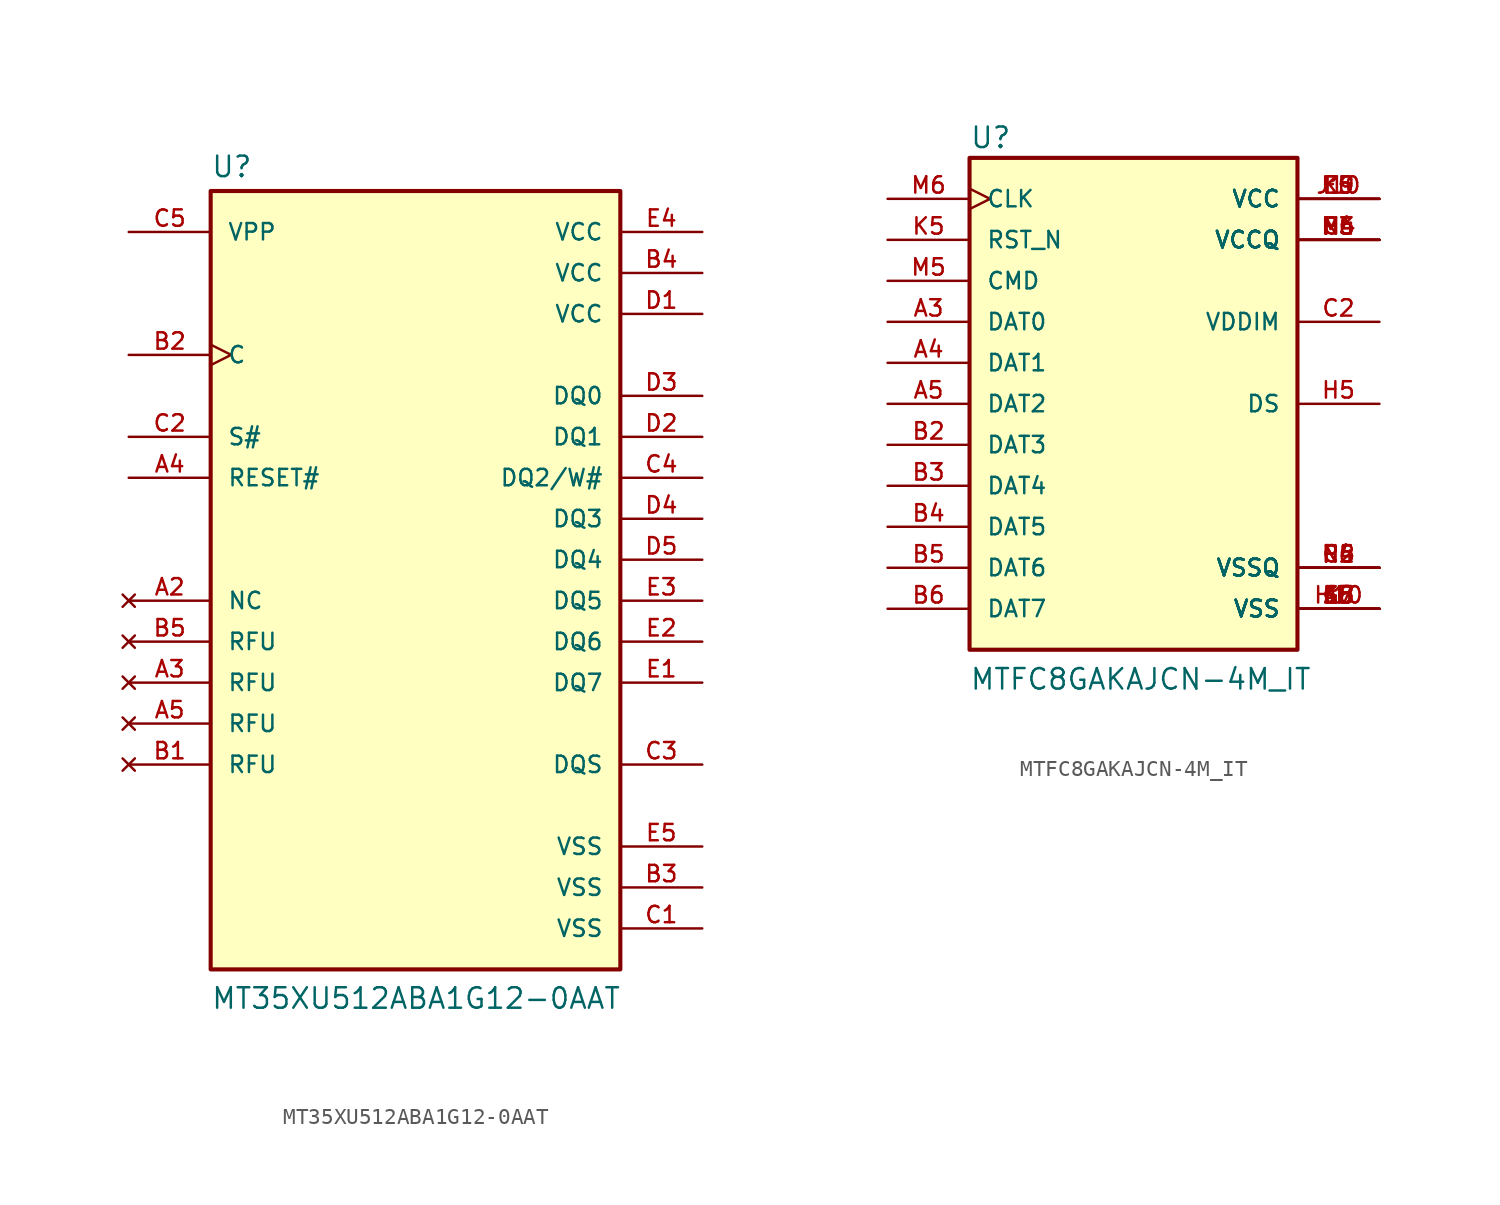
<source format=kicad_sym>
(kicad_symbol_lib
  (version 20220914)
  (generator kicad_symbol_editor)
  (symbol "MT35XU512ABA1G12-0AAT"
    (pin_names
      (offset 1.016))
    (property "Reference" "U"
      (at -12.7 21.082 0)
      (effects (font (size 1.27 1.27)) (justify left bottom)))
    (property "Value" "MT35XU512ABA1G12-0AAT"
      (at -12.7 -30.48 0)
      (effects (font (size 1.27 1.27)) (justify left bottom)))
    (symbol "MT35XU512ABA1G12-0AAT_0_0"
      (rectangle (start -12.7 20.32) (end 12.7 -27.94) (stroke (width 0.254) (type default)) (fill (type background)))
      (pin no_connect line (at -17.78 -5.08 0) (length 5.08) (name "NC" (effects (font (size 1.016 1.016)))) (number "A2" (effects (font (size 1.016 1.016)))))
      (pin no_connect line (at -17.78 -10.16 0) (length 5.08) (name "RFU" (effects (font (size 1.016 1.016)))) (number "A3" (effects (font (size 1.016 1.016)))))
      (pin input line (at -17.78 2.54 0) (length 5.08) (name "RESET#" (effects (font (size 1.016 1.016)))) (number "A4" (effects (font (size 1.016 1.016)))))
      (pin no_connect line (at -17.78 -12.7 0) (length 5.08) (name "RFU" (effects (font (size 1.016 1.016)))) (number "A5" (effects (font (size 1.016 1.016)))))
      (pin no_connect line (at -17.78 -15.24 0) (length 5.08) (name "RFU" (effects (font (size 1.016 1.016)))) (number "B1" (effects (font (size 1.016 1.016)))))
      (pin input clock (at -17.78 10.16 0) (length 5.08) (name "C" (effects (font (size 1.016 1.016)))) (number "B2" (effects (font (size 1.016 1.016)))))
      (pin power_in line (at 17.78 -22.86 180) (length 5.08) (name "VSS" (effects (font (size 1.016 1.016)))) (number "B3" (effects (font (size 1.016 1.016)))))
      (pin power_in line (at 17.78 15.24 180) (length 5.08) (name "VCC" (effects (font (size 1.016 1.016)))) (number "B4" (effects (font (size 1.016 1.016)))))
      (pin no_connect line (at -17.78 -7.62 0) (length 5.08) (name "RFU" (effects (font (size 1.016 1.016)))) (number "B5" (effects (font (size 1.016 1.016)))))
      (pin power_in line (at 17.78 -25.4 180) (length 5.08) (name "VSS" (effects (font (size 1.016 1.016)))) (number "C1" (effects (font (size 1.016 1.016)))))
      (pin input line (at -17.78 5.08 0) (length 5.08) (name "S#" (effects (font (size 1.016 1.016)))) (number "C2" (effects (font (size 1.016 1.016)))))
      (pin output line (at 17.78 -15.24 180) (length 5.08) (name "DQS" (effects (font (size 1.016 1.016)))) (number "C3" (effects (font (size 1.016 1.016)))))
      (pin bidirectional line (at 17.78 2.54 180) (length 5.08) (name "DQ2/W#" (effects (font (size 1.016 1.016)))) (number "C4" (effects (font (size 1.016 1.016)))))
      (pin power_in line (at -17.78 17.78 0) (length 5.08) (name "VPP" (effects (font (size 1.016 1.016)))) (number "C5" (effects (font (size 1.016 1.016)))))
      (pin power_in line (at 17.78 12.7 180) (length 5.08) (name "VCC" (effects (font (size 1.016 1.016)))) (number "D1" (effects (font (size 1.016 1.016)))))
      (pin bidirectional line (at 17.78 5.08 180) (length 5.08) (name "DQ1" (effects (font (size 1.016 1.016)))) (number "D2" (effects (font (size 1.016 1.016)))))
      (pin bidirectional line (at 17.78 7.62 180) (length 5.08) (name "DQ0" (effects (font (size 1.016 1.016)))) (number "D3" (effects (font (size 1.016 1.016)))))
      (pin bidirectional line (at 17.78 0 180) (length 5.08) (name "DQ3" (effects (font (size 1.016 1.016)))) (number "D4" (effects (font (size 1.016 1.016)))))
      (pin bidirectional line (at 17.78 -2.54 180) (length 5.08) (name "DQ4" (effects (font (size 1.016 1.016)))) (number "D5" (effects (font (size 1.016 1.016)))))
      (pin bidirectional line (at 17.78 -10.16 180) (length 5.08) (name "DQ7" (effects (font (size 1.016 1.016)))) (number "E1" (effects (font (size 1.016 1.016)))))
      (pin bidirectional line (at 17.78 -7.62 180) (length 5.08) (name "DQ6" (effects (font (size 1.016 1.016)))) (number "E2" (effects (font (size 1.016 1.016)))))
      (pin bidirectional line (at 17.78 -5.08 180) (length 5.08) (name "DQ5" (effects (font (size 1.016 1.016)))) (number "E3" (effects (font (size 1.016 1.016)))))
      (pin power_in line (at 17.78 17.78 180) (length 5.08) (name "VCC" (effects (font (size 1.016 1.016)))) (number "E4" (effects (font (size 1.016 1.016)))))
      (pin power_in line (at 17.78 -20.32 180) (length 5.08) (name "VSS" (effects (font (size 1.016 1.016)))) (number "E5" (effects (font (size 1.016 1.016)))))))
  (symbol "MTFC8GAKAJCN-4M_IT"
    (pin_names
      (offset 1.016))
    (property "Reference" "U"
      (at -10.161 15.75 0)
      (effects (font (size 1.27 1.27)) (justify left bottom)))
    (property "Value" "MTFC8GAKAJCN-4M_IT"
      (at -10.176 -17.808 0)
      (effects (font (size 1.27 1.27)) (justify left bottom)))
    (symbol "MTFC8GAKAJCN-4M_IT_0_0"
      (rectangle (start -10.16 15.24) (end 10.16 -15.24) (stroke (width 0.254) (type default)) (fill (type background)))
      (pin bidirectional line (at -15.24 5.08 0) (length 5.08) (name "DAT0" (effects (font (size 1.016 1.016)))) (number "A3" (effects (font (size 1.016 1.016)))))
      (pin bidirectional line (at -15.24 2.54 0) (length 5.08) (name "DAT1" (effects (font (size 1.016 1.016)))) (number "A4" (effects (font (size 1.016 1.016)))))
      (pin bidirectional line (at -15.24 0 0) (length 5.08) (name "DAT2" (effects (font (size 1.016 1.016)))) (number "A5" (effects (font (size 1.016 1.016)))))
      (pin power_in line (at 15.24 -12.7 180) (length 5.08) (name "VSS" (effects (font (size 1.016 1.016)))) (number "A6" (effects (font (size 1.016 1.016)))))
      (pin bidirectional line (at -15.24 -2.54 0) (length 5.08) (name "DAT3" (effects (font (size 1.016 1.016)))) (number "B2" (effects (font (size 1.016 1.016)))))
      (pin bidirectional line (at -15.24 -5.08 0) (length 5.08) (name "DAT4" (effects (font (size 1.016 1.016)))) (number "B3" (effects (font (size 1.016 1.016)))))
      (pin bidirectional line (at -15.24 -7.62 0) (length 5.08) (name "DAT5" (effects (font (size 1.016 1.016)))) (number "B4" (effects (font (size 1.016 1.016)))))
      (pin bidirectional line (at -15.24 -10.16 0) (length 5.08) (name "DAT6" (effects (font (size 1.016 1.016)))) (number "B5" (effects (font (size 1.016 1.016)))))
      (pin bidirectional line (at -15.24 -12.7 0) (length 5.08) (name "DAT7" (effects (font (size 1.016 1.016)))) (number "B6" (effects (font (size 1.016 1.016)))))
      (pin passive line (at 15.24 5.08 180) (length 5.08) (name "VDDIM" (effects (font (size 1.016 1.016)))) (number "C2" (effects (font (size 1.016 1.016)))))
      (pin power_in line (at 15.24 -10.16 180) (length 5.08) (name "VSSQ" (effects (font (size 1.016 1.016)))) (number "C4" (effects (font (size 1.016 1.016)))))
      (pin power_in line (at 15.24 10.16 180) (length 5.08) (name "VCCQ" (effects (font (size 1.016 1.016)))) (number "C6" (effects (font (size 1.016 1.016)))))
      (pin power_in line (at 15.24 12.7 180) (length 5.08) (name "VCC" (effects (font (size 1.016 1.016)))) (number "E6" (effects (font (size 1.016 1.016)))))
      (pin power_in line (at 15.24 -12.7 180) (length 5.08) (name "VSS" (effects (font (size 1.016 1.016)))) (number "E7" (effects (font (size 1.016 1.016)))))
      (pin power_in line (at 15.24 12.7 180) (length 5.08) (name "VCC" (effects (font (size 1.016 1.016)))) (number "F5" (effects (font (size 1.016 1.016)))))
      (pin power_in line (at 15.24 -12.7 180) (length 5.08) (name "VSS" (effects (font (size 1.016 1.016)))) (number "G5" (effects (font (size 1.016 1.016)))))
      (pin power_in line (at 15.24 -12.7 180) (length 5.08) (name "VSS" (effects (font (size 1.016 1.016)))) (number "H10" (effects (font (size 1.016 1.016)))))
      (pin output line (at 15.24 0 180) (length 5.08) (name "DS" (effects (font (size 1.016 1.016)))) (number "H5" (effects (font (size 1.016 1.016)))))
      (pin power_in line (at 15.24 12.7 180) (length 5.08) (name "VCC" (effects (font (size 1.016 1.016)))) (number "J10" (effects (font (size 1.016 1.016)))))
      (pin power_in line (at 15.24 -12.7 180) (length 5.08) (name "VSS" (effects (font (size 1.016 1.016)))) (number "J5" (effects (font (size 1.016 1.016)))))
      (pin input line (at -15.24 10.16 0) (length 5.08) (name "RST_N" (effects (font (size 1.016 1.016)))) (number "K5" (effects (font (size 1.016 1.016)))))
      (pin power_in line (at 15.24 -12.7 180) (length 5.08) (name "VSS" (effects (font (size 1.016 1.016)))) (number "K8" (effects (font (size 1.016 1.016)))))
      (pin power_in line (at 15.24 12.7 180) (length 5.08) (name "VCC" (effects (font (size 1.016 1.016)))) (number "K9" (effects (font (size 1.016 1.016)))))
      (pin power_in line (at 15.24 10.16 180) (length 5.08) (name "VCCQ" (effects (font (size 1.016 1.016)))) (number "M4" (effects (font (size 1.016 1.016)))))
      (pin bidirectional line (at -15.24 7.62 0) (length 5.08) (name "CMD" (effects (font (size 1.016 1.016)))) (number "M5" (effects (font (size 1.016 1.016)))))
      (pin input clock (at -15.24 12.7 0) (length 5.08) (name "CLK" (effects (font (size 1.016 1.016)))) (number "M6" (effects (font (size 1.016 1.016)))))
      (pin power_in line (at 15.24 -10.16 180) (length 5.08) (name "VSSQ" (effects (font (size 1.016 1.016)))) (number "N2" (effects (font (size 1.016 1.016)))))
      (pin power_in line (at 15.24 10.16 180) (length 5.08) (name "VCCQ" (effects (font (size 1.016 1.016)))) (number "N4" (effects (font (size 1.016 1.016)))))
      (pin power_in line (at 15.24 -10.16 180) (length 5.08) (name "VSSQ" (effects (font (size 1.016 1.016)))) (number "N5" (effects (font (size 1.016 1.016)))))
      (pin power_in line (at 15.24 10.16 180) (length 5.08) (name "VCCQ" (effects (font (size 1.016 1.016)))) (number "P3" (effects (font (size 1.016 1.016)))))
      (pin power_in line (at 15.24 -10.16 180) (length 5.08) (name "VSSQ" (effects (font (size 1.016 1.016)))) (number "P4" (effects (font (size 1.016 1.016)))))
      (pin power_in line (at 15.24 10.16 180) (length 5.08) (name "VCCQ" (effects (font (size 1.016 1.016)))) (number "P5" (effects (font (size 1.016 1.016)))))
      (pin power_in line (at 15.24 -10.16 180) (length 5.08) (name "VSSQ" (effects (font (size 1.016 1.016)))) (number "P6" (effects (font (size 1.016 1.016))))))))
</source>
